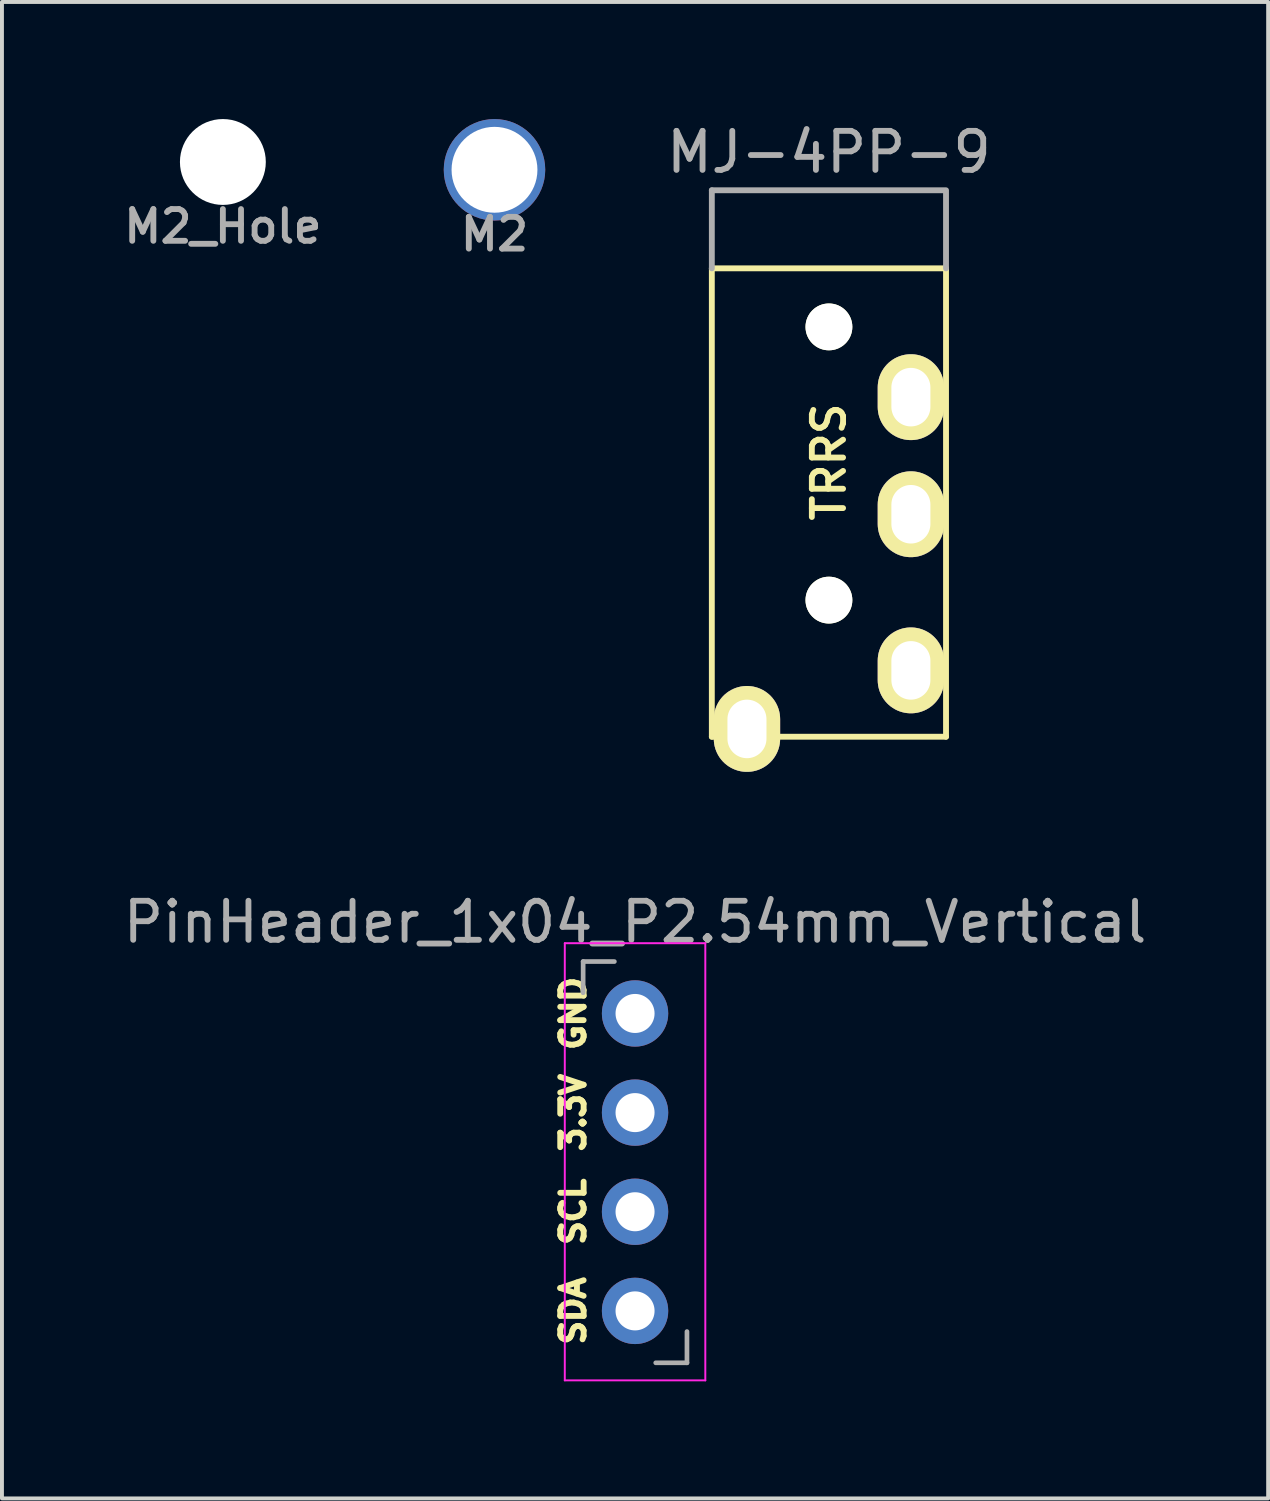
<source format=kicad_pcb>
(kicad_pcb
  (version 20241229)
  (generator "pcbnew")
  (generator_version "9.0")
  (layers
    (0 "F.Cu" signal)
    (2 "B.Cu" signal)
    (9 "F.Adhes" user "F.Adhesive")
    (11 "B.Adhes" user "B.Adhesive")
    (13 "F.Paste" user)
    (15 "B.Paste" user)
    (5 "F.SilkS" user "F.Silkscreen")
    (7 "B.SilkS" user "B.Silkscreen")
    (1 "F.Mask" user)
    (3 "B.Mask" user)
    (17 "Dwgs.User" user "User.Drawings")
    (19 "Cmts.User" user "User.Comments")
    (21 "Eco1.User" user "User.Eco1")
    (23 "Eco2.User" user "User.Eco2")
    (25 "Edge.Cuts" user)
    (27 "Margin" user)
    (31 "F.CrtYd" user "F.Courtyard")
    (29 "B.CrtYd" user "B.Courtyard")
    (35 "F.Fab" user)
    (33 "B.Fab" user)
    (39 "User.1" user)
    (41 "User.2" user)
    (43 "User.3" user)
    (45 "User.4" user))
  (footprint "MJ-4PP-9"
    (layer "F.Cu")
    (at 18.187 3.825)
    (property "Reference" "MJ-4PP-9" (at 0 -2.977 0) (layer "F.Fab") (effects (font (size 1 1) (thickness 0.15))))
    (attr through_hole)
    (fp_line (start -3 0) (end 3 0) (stroke (width 0.15) (type solid)) (layer "F.SilkS"))
    (fp_line (start -3 12) (end -3 0) (stroke (width 0.15) (type solid)) (layer "F.SilkS"))
    (fp_line (start 3 0) (end 3 12) (stroke (width 0.15) (type solid)) (layer "F.SilkS"))
    (fp_line (start 3 12) (end -3 12) (stroke (width 0.15) (type solid)) (layer "F.SilkS"))
    (fp_line (start -3 -2) (end 2.95 -2) (stroke (width 0.15) (type solid)) (layer "F.Fab"))
    (fp_line (start -3 0) (end -3 -2) (stroke (width 0.15) (type solid)) (layer "F.Fab"))
    (fp_line (start 3 -2) (end 3 0) (stroke (width 0.15) (type solid)) (layer "F.Fab"))
    (fp_text user "TRRS" (at 0 4.961 90) (layer "F.SilkS") (effects (font (size 0.8 0.8) (thickness 0.15))))
    (pad "" np_thru_hole circle (at 0 1.5) (size 1.2 1.2) (drill 1.2) (layers "*.Cu" "*.Mask" "F.SilkS"))
    (pad "" np_thru_hole circle (at 0 8.5) (size 1.2 1.2) (drill 1.2) (layers "*.Cu" "*.Mask" "F.SilkS"))
    (pad "A" thru_hole oval (at -2.1 11.8) (size 1.7 2.2) (drill oval 1 1.5) (layers "*.Cu" "*.Mask" "F.SilkS"))
    (pad "B" thru_hole oval (at 2.1 3.3) (size 1.7 2.2) (drill oval 1 1.5) (layers "*.Cu" "*.Mask" "F.SilkS"))
    (pad "C" thru_hole oval (at 2.1 6.3) (size 1.7 2.2) (drill oval 1 1.5) (layers "*.Cu" "*.Mask" "F.SilkS"))
    (pad "D" thru_hole oval (at 2.1 10.3) (size 1.7 2.2) (drill oval 1 1.5) (layers "*.Cu" "*.Mask" "F.SilkS")))
  (footprint "PinHeader_1x04_P2.54mm_Vertical"
    (layer "F.Cu")
    (at 13.22 26.725)
    (property "Reference" "PinHeader_1x04_P2.54mm_Vertical" (at 0 -6.152 0) (layer "F.Fab") (effects (font (size 1 1) (thickness 0.15))))
    (attr through_hole)
    (fp_line (start -1.8 -5.61) (end -1.8 5.59) (stroke (width 0.05) (type solid)) (layer "F.CrtYd"))
    (fp_line (start -1.8 5.59) (end 1.8 5.59) (stroke (width 0.05) (type solid)) (layer "F.CrtYd"))
    (fp_line (start 1.8 -5.61) (end -1.8 -5.61) (stroke (width 0.05) (type solid)) (layer "F.CrtYd"))
    (fp_line (start 1.8 5.59) (end 1.8 -5.61) (stroke (width 0.05) (type solid)) (layer "F.CrtYd"))
    (fp_line (start -1.33 -5.14) (end -0.53 -5.14) (stroke (width 0.12) (type solid)) (layer "F.Fab"))
    (fp_line (start -1.33 -4.34) (end -1.33 -5.14) (stroke (width 0.12) (type solid)) (layer "F.Fab"))
    (fp_line (start 1.33 4.34) (end 1.33 5.14) (stroke (width 0.12) (type solid)) (layer "F.Fab"))
    (fp_line (start 1.33 5.14) (end 0.53 5.14) (stroke (width 0.12) (type solid)) (layer "F.Fab"))
    (fp_text user "SCL" (at -1.587 1.27 270) (layer "F.SilkS") (effects (font (size 0.6 0.6) (thickness 0.15))))
    (fp_text user "GND" (at -1.587 -3.81 270) (layer "F.SilkS") (effects (font (size 0.6 0.6) (thickness 0.15))))
    (fp_text user "3.3V" (at -1.587 -1.27 270) (layer "F.SilkS") (effects (font (size 0.6 0.6) (thickness 0.15))))
    (fp_text user "SDA" (at -1.587 3.81 270) (layer "F.SilkS") (effects (font (size 0.6 0.6) (thickness 0.15))))
    (pad "1" thru_hole circle (at 0 -3.81) (size 1.7 1.7) (drill 1) (layers "*.Cu" "*.Mask"))
    (pad "2" thru_hole oval (at 0 -1.27) (size 1.7 1.7) (drill 1) (layers "*.Cu" "*.Mask"))
    (pad "3" thru_hole oval (at 0 1.27) (size 1.7 1.7) (drill 1) (layers "*.Cu" "*.Mask"))
    (pad "4" thru_hole oval (at 0 3.81) (size 1.7 1.7) (drill 1) (layers "*.Cu" "*.Mask")))
  (footprint "M2"
    (layer "F.Cu")
    (at 9.619 1.3)
    (property "Reference" "M2" (at 0 1.651 0) (layer "F.Fab") (effects (font (size 0.813 0.813) (thickness 0.15))))
    (attr through_hole)
    (pad "" thru_hole circle (at 0 0) (size 2.6 2.6) (drill 2.2) (layers "*.Cu" "*.Mask")))
  (footprint "M2_Hole"
    (layer "F.Cu")
    (at 2.66 1.1)
    (property "Reference" "M2_Hole" (at 0 1.651 0) (layer "F.Fab") (effects (font (size 0.813 0.813) (thickness 0.15))))
    (attr through_hole)
    (pad "" np_thru_hole circle (at 0 0) (size 2.2 2.2) (drill 2.2) (layers "*.Cu" "*.Mask")))
  (gr_rect
    (start -3 -3)
    (end 29.44 35.34)
    (stroke (width 0.1) (type default))
    (fill no)
    (layer "Edge.Cuts")))
</source>
